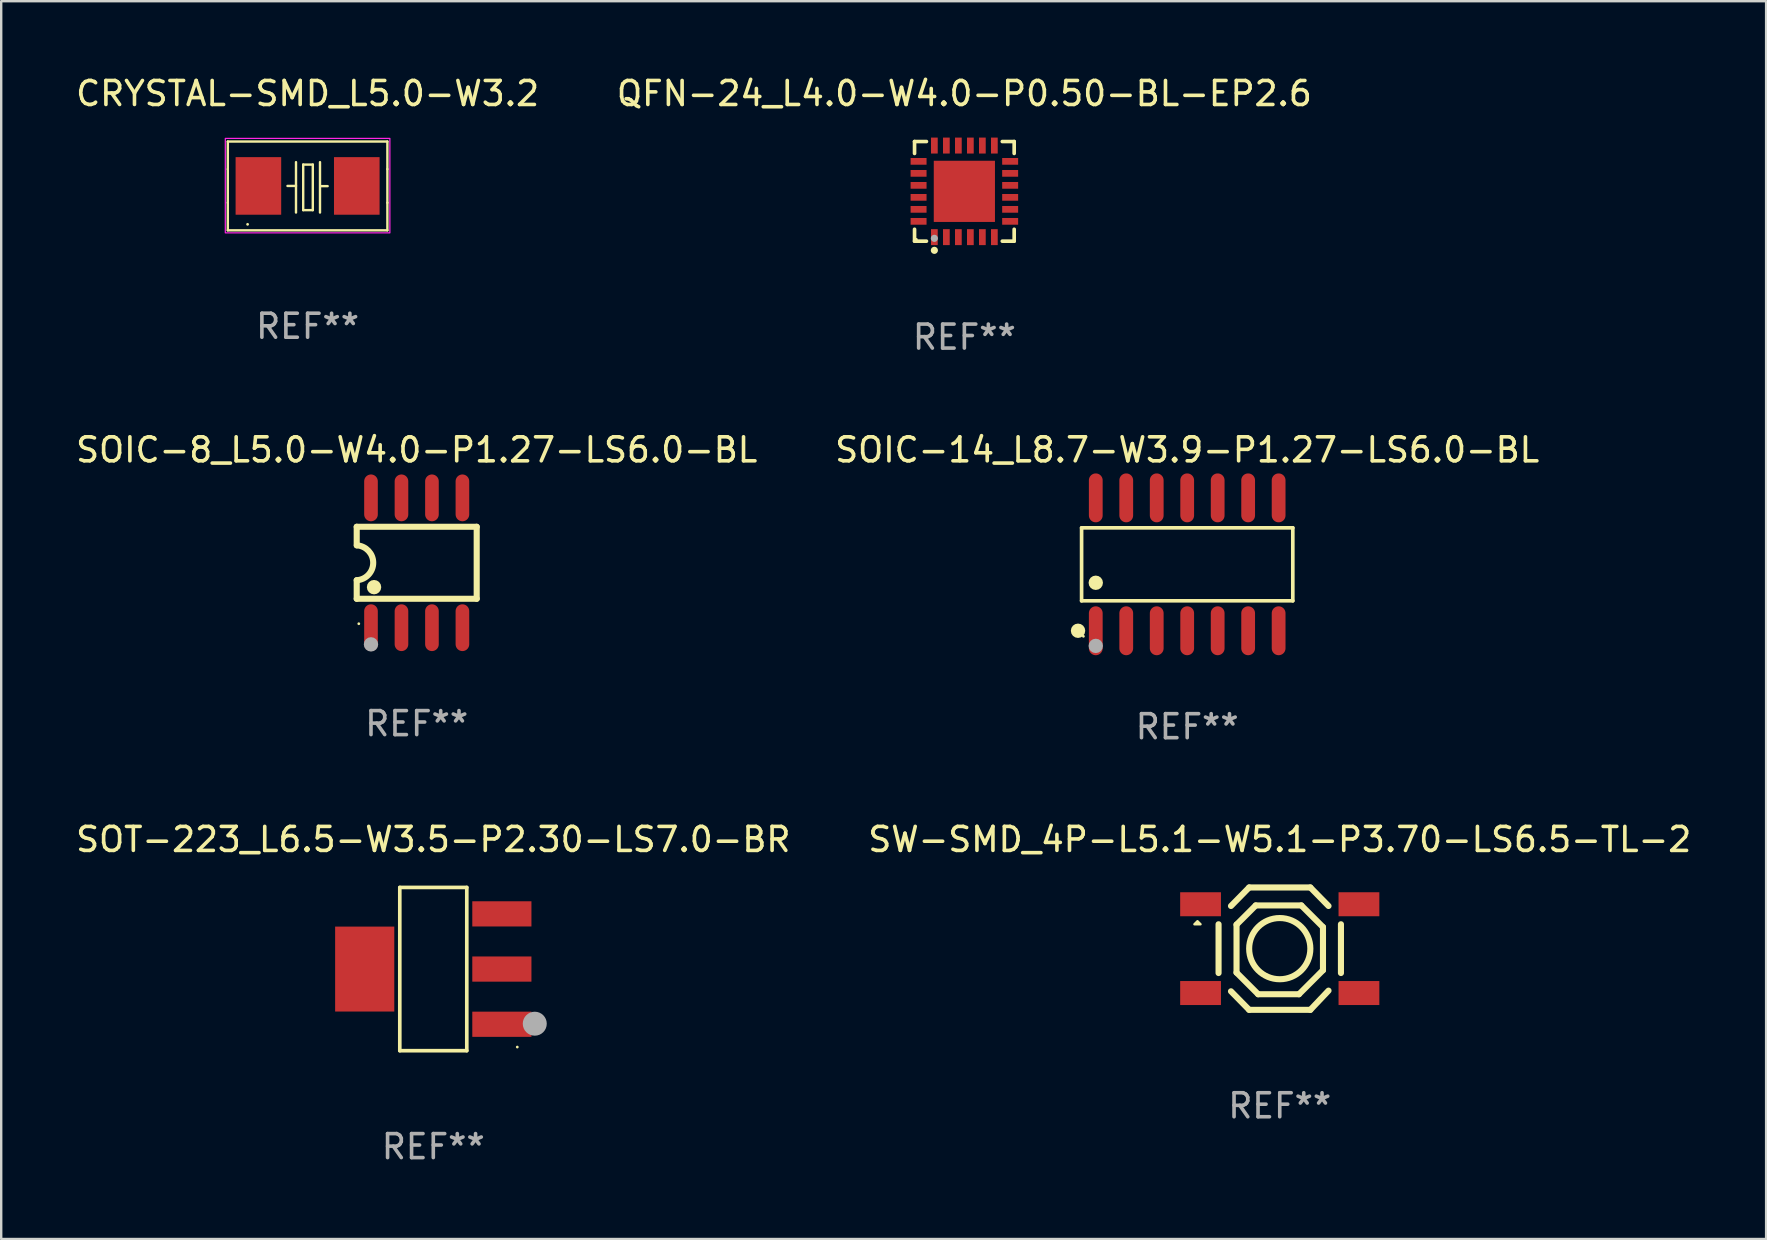
<source format=kicad_pcb>
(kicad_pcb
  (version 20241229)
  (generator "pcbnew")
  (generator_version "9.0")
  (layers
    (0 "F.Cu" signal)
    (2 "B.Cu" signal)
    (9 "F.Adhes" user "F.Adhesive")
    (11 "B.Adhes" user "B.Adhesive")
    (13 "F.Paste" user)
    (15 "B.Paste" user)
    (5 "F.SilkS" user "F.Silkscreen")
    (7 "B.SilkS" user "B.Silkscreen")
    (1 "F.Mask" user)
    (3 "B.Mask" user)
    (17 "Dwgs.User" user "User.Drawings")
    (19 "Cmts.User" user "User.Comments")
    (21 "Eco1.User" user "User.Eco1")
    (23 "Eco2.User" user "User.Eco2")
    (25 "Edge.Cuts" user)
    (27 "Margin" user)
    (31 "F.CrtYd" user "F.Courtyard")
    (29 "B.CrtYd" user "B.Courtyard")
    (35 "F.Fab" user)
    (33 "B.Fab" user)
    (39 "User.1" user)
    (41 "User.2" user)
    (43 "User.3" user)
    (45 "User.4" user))
  (footprint "SOT-223_L6.5-W3.5-P2.30-LS7.0-BR"
    (layer "F.Cu")
    (at 15.006 37.333)
    (property "Reference" "SOT-223_L6.5-W3.5-P2.30-LS7.0-BR" (at 0 -5.401 0) (layer "F.SilkS") (effects (font (size 1 1) (thickness 0.15))))
    (attr smd)
    (fp_line (start -1.396 -3.401) (end 1.396 -3.401) (stroke (width 0.152) (type solid)) (layer "F.SilkS"))
    (fp_line (start -1.396 3.401) (end -1.396 -3.401) (stroke (width 0.152) (type solid)) (layer "F.SilkS"))
    (fp_line (start 1.396 -3.401) (end 1.396 3.401) (stroke (width 0.152) (type solid)) (layer "F.SilkS"))
    (fp_line (start 1.396 3.401) (end -1.396 3.401) (stroke (width 0.152) (type solid)) (layer "F.SilkS"))
    (fp_circle (center 3.5 3.25) (end 3.53 3.25) (stroke (width 0.06) (type solid)) (fill no) (layer "F.SilkS"))
    (fp_circle (center 4.229 2.277) (end 4.479 2.277) (stroke (width 0.5) (type solid)) (fill no) (layer "F.Fab"))
    (fp_text user "REF**" (at 0 7.401 0) (layer "F.Fab") (effects (font (size 1 1) (thickness 0.15))))
    (pad "1" smd rect (at 2.858 2.3) (size 2.465 1.05) (layers "F.Cu" "F.Mask" "F.Paste"))
    (pad "2" smd rect (at 2.858 0) (size 2.465 1.05) (layers "F.Cu" "F.Mask" "F.Paste"))
    (pad "3" smd rect (at 2.858 -2.3) (size 2.465 1.05) (layers "F.Cu" "F.Mask" "F.Paste"))
    (pad "4" smd rect (at -2.858 0) (size 2.465 3.54) (layers "F.Cu" "F.Mask" "F.Paste")))
  (footprint "SW-SMD_4P-L5.1-W5.1-P3.70-LS6.5-TL-2"
    (layer "F.Cu")
    (at 50.28 36.482)
    (property "Reference" "SW-SMD_4P-L5.1-W5.1-P3.70-LS6.5-TL-2" (at 0 -4.55 0) (layer "F.SilkS") (effects (font (size 1 1) (thickness 0.15))))
    (attr smd)
    (fp_line (start -2.55 -1.016) (end -2.55 1.016) (stroke (width 0.254) (type solid)) (layer "F.SilkS"))
    (fp_line (start -2.032 1.778) (end -1.275 2.55) (stroke (width 0.254) (type solid)) (layer "F.SilkS"))
    (fp_line (start -1.801 -1.001) (end -1.001 -1.801) (stroke (width 0.254) (type solid)) (layer "F.SilkS"))
    (fp_line (start -1.801 0.998) (end -1.801 -1.001) (stroke (width 0.254) (type solid)) (layer "F.SilkS"))
    (fp_line (start -1.275 -2.55) (end -2.032 -1.778) (stroke (width 0.254) (type solid)) (layer "F.SilkS"))
    (fp_line (start -1.275 -2.55) (end 1.275 -2.55) (stroke (width 0.254) (type solid)) (layer "F.SilkS"))
    (fp_line (start -1.275 2.55) (end 1.275 2.55) (stroke (width 0.254) (type solid)) (layer "F.SilkS"))
    (fp_line (start -1.001 -1.801) (end 0.899 -1.801) (stroke (width 0.254) (type solid)) (layer "F.SilkS"))
    (fp_line (start -0.899 1.9) (end -1.801 0.998) (stroke (width 0.254) (type solid)) (layer "F.SilkS"))
    (fp_line (start 0.8 1.9) (end -0.899 1.9) (stroke (width 0.254) (type solid)) (layer "F.SilkS"))
    (fp_line (start 0.899 -1.801) (end 1.801 -0.899) (stroke (width 0.254) (type solid)) (layer "F.SilkS"))
    (fp_line (start 1.275 -2.55) (end 2.032 -1.778) (stroke (width 0.254) (type solid)) (layer "F.SilkS"))
    (fp_line (start 1.801 -0.899) (end 1.801 0.899) (stroke (width 0.254) (type solid)) (layer "F.SilkS"))
    (fp_line (start 1.801 0.899) (end 0.8 1.9) (stroke (width 0.254) (type solid)) (layer "F.SilkS"))
    (fp_line (start 2.032 1.75) (end 1.275 2.55) (stroke (width 0.254) (type solid)) (layer "F.SilkS"))
    (fp_line (start 2.55 -1.016) (end 2.55 1.016) (stroke (width 0.254) (type solid)) (layer "F.SilkS"))
    (fp_circle (center 0 0) (end 1.275 0) (stroke (width 0.254) (type solid)) (fill no) (layer "F.SilkS"))
    (fp_poly (pts (xy -3.429 -1.143) (xy -3.556 -1.016) (xy -3.302 -1.016)) (stroke (width 0.1) (type solid)) (fill yes) (layer "F.SilkS"))
    (fp_text user "REF**" (at 0 6.55 0) (layer "F.Fab") (effects (font (size 1 1) (thickness 0.15))))
    (pad "1" smd rect (at -3.3 -1.85) (size 1.7 1) (layers "F.Cu" "F.Mask" "F.Paste"))
    (pad "2" smd rect (at 3.3 -1.85) (size 1.7 1) (layers "F.Cu" "F.Mask" "F.Paste"))
    (pad "3" smd rect (at -3.3 1.85) (size 1.7 1) (layers "F.Cu" "F.Mask" "F.Paste"))
    (pad "4" smd rect (at 3.3 1.85) (size 1.7 1) (layers "F.Cu" "F.Mask" "F.Paste")))
  (footprint "QFN-24_L4.0-W4.0-P0.50-BL-EP2.6"
    (layer "F.Cu")
    (at 37.137 4.924)
    (property "Reference" "QFN-24_L4.0-W4.0-P0.50-BL-EP2.6" (at 0 -4.076 0) (layer "F.SilkS") (effects (font (size 1 1) (thickness 0.15))))
    (attr smd)
    (fp_line (start -2.076 -2.076) (end -1.58 -2.076) (stroke (width 0.152) (type solid)) (layer "F.SilkS"))
    (fp_line (start -2.076 -1.58) (end -2.076 -2.076) (stroke (width 0.152) (type solid)) (layer "F.SilkS"))
    (fp_line (start -2.076 1.58) (end -2.076 2.076) (stroke (width 0.152) (type solid)) (layer "F.SilkS"))
    (fp_line (start -2.076 2.076) (end -1.58 2.076) (stroke (width 0.152) (type solid)) (layer "F.SilkS"))
    (fp_line (start 2.076 -2.076) (end 1.58 -2.076) (stroke (width 0.152) (type solid)) (layer "F.SilkS"))
    (fp_line (start 2.076 -1.58) (end 2.076 -2.076) (stroke (width 0.152) (type solid)) (layer "F.SilkS"))
    (fp_line (start 2.076 1.58) (end 2.076 2.076) (stroke (width 0.152) (type solid)) (layer "F.SilkS"))
    (fp_line (start 2.076 2.076) (end 1.58 2.076) (stroke (width 0.152) (type solid)) (layer "F.SilkS"))
    (fp_circle (center -2 2) (end -1.97 2) (stroke (width 0.06) (type solid)) (fill no) (layer "F.SilkS"))
    (fp_circle (center -1.25 2.458) (end -1.175 2.458) (stroke (width 0.15) (type solid)) (fill no) (layer "F.SilkS"))
    (fp_circle (center -1.25 1.958) (end -1.175 1.958) (stroke (width 0.15) (type solid)) (fill no) (layer "F.Fab"))
    (fp_text user "REF**" (at 0 6.076 0) (layer "F.Fab") (effects (font (size 1 1) (thickness 0.15))))
    (pad "1" smd rect (at -1.25 1.908) (size 0.28 0.665) (layers "F.Cu" "F.Mask" "F.Paste"))
    (pad "2" smd rect (at -0.75 1.908) (size 0.28 0.665) (layers "F.Cu" "F.Mask" "F.Paste"))
    (pad "3" smd rect (at -0.25 1.908) (size 0.28 0.665) (layers "F.Cu" "F.Mask" "F.Paste"))
    (pad "4" smd rect (at 0.25 1.908) (size 0.28 0.665) (layers "F.Cu" "F.Mask" "F.Paste"))
    (pad "5" smd rect (at 0.75 1.908) (size 0.28 0.665) (layers "F.Cu" "F.Mask" "F.Paste"))
    (pad "6" smd rect (at 1.25 1.908) (size 0.28 0.665) (layers "F.Cu" "F.Mask" "F.Paste"))
    (pad "7" smd rect (at 1.908 1.25) (size 0.665 0.28) (layers "F.Cu" "F.Mask" "F.Paste"))
    (pad "8" smd rect (at 1.908 0.75) (size 0.665 0.28) (layers "F.Cu" "F.Mask" "F.Paste"))
    (pad "9" smd rect (at 1.908 0.25) (size 0.665 0.28) (layers "F.Cu" "F.Mask" "F.Paste"))
    (pad "10" smd rect (at 1.908 -0.25) (size 0.665 0.28) (layers "F.Cu" "F.Mask" "F.Paste"))
    (pad "11" smd rect (at 1.908 -0.75) (size 0.665 0.28) (layers "F.Cu" "F.Mask" "F.Paste"))
    (pad "12" smd rect (at 1.908 -1.25) (size 0.665 0.28) (layers "F.Cu" "F.Mask" "F.Paste"))
    (pad "13" smd rect (at 1.25 -1.908) (size 0.28 0.665) (layers "F.Cu" "F.Mask" "F.Paste"))
    (pad "14" smd rect (at 0.75 -1.908) (size 0.28 0.665) (layers "F.Cu" "F.Mask" "F.Paste"))
    (pad "15" smd rect (at 0.25 -1.908) (size 0.28 0.665) (layers "F.Cu" "F.Mask" "F.Paste"))
    (pad "16" smd rect (at -0.25 -1.908) (size 0.28 0.665) (layers "F.Cu" "F.Mask" "F.Paste"))
    (pad "17" smd rect (at -0.75 -1.908) (size 0.28 0.665) (layers "F.Cu" "F.Mask" "F.Paste"))
    (pad "18" smd rect (at -1.25 -1.908) (size 0.28 0.665) (layers "F.Cu" "F.Mask" "F.Paste"))
    (pad "19" smd rect (at -1.908 -1.25) (size 0.665 0.28) (layers "F.Cu" "F.Mask" "F.Paste"))
    (pad "20" smd rect (at -1.908 -0.75) (size 0.665 0.28) (layers "F.Cu" "F.Mask" "F.Paste"))
    (pad "21" smd rect (at -1.908 -0.25) (size 0.665 0.28) (layers "F.Cu" "F.Mask" "F.Paste"))
    (pad "22" smd rect (at -1.908 0.25) (size 0.665 0.28) (layers "F.Cu" "F.Mask" "F.Paste"))
    (pad "23" smd rect (at -1.908 0.75) (size 0.665 0.28) (layers "F.Cu" "F.Mask" "F.Paste"))
    (pad "24" smd rect (at -1.908 1.25) (size 0.665 0.28) (layers "F.Cu" "F.Mask" "F.Paste"))
    (pad "25" smd rect (at 0 0) (size 2.55 2.55) (layers "F.Cu" "F.Mask" "F.Paste")))
  (footprint "SOIC-14_L8.7-W3.9-P1.27-LS6.0-BL"
    (layer "F.Cu")
    (at 46.423 20.466)
    (property "Reference" "SOIC-14_L8.7-W3.9-P1.27-LS6.0-BL" (at 0 -4.769 0) (layer "F.SilkS") (effects (font (size 1 1) (thickness 0.15))))
    (attr smd)
    (fp_line (start -4.401 -1.521) (end 4.401 -1.521) (stroke (width 0.152) (type solid)) (layer "F.SilkS"))
    (fp_line (start -4.401 1.521) (end -4.401 -1.521) (stroke (width 0.152) (type solid)) (layer "F.SilkS"))
    (fp_line (start 4.401 -1.521) (end 4.401 1.521) (stroke (width 0.152) (type solid)) (layer "F.SilkS"))
    (fp_line (start 4.401 1.521) (end -4.401 1.521) (stroke (width 0.152) (type solid)) (layer "F.SilkS"))
    (fp_circle (center -4.549 2.769) (end -4.399 2.769) (stroke (width 0.3) (type solid)) (fill no) (layer "F.SilkS"))
    (fp_circle (center -4.325 3) (end -4.295 3) (stroke (width 0.06) (type solid)) (fill no) (layer "F.SilkS"))
    (fp_circle (center -3.81 0.769) (end -3.66 0.769) (stroke (width 0.3) (type solid)) (fill no) (layer "F.SilkS"))
    (fp_circle (center -3.81 3.4) (end -3.66 3.4) (stroke (width 0.3) (type solid)) (fill no) (layer "F.Fab"))
    (fp_text user "REF**" (at 0 6.769 0) (layer "F.Fab") (effects (font (size 1 1) (thickness 0.15))))
    (pad "1" smd oval (at -3.81 2.769) (size 0.574 2.038) (layers "F.Cu" "F.Mask" "F.Paste"))
    (pad "2" smd oval (at -2.54 2.769) (size 0.574 2.038) (layers "F.Cu" "F.Mask" "F.Paste"))
    (pad "3" smd oval (at -1.27 2.769) (size 0.574 2.038) (layers "F.Cu" "F.Mask" "F.Paste"))
    (pad "4" smd oval (at 0 2.769) (size 0.574 2.038) (layers "F.Cu" "F.Mask" "F.Paste"))
    (pad "5" smd oval (at 1.27 2.769) (size 0.574 2.038) (layers "F.Cu" "F.Mask" "F.Paste"))
    (pad "6" smd oval (at 2.54 2.769) (size 0.574 2.038) (layers "F.Cu" "F.Mask" "F.Paste"))
    (pad "7" smd oval (at 3.81 2.769) (size 0.574 2.038) (layers "F.Cu" "F.Mask" "F.Paste"))
    (pad "8" smd oval (at 3.81 -2.769) (size 0.574 2.038) (layers "F.Cu" "F.Mask" "F.Paste"))
    (pad "9" smd oval (at 2.54 -2.769) (size 0.574 2.038) (layers "F.Cu" "F.Mask" "F.Paste"))
    (pad "10" smd oval (at 1.27 -2.769) (size 0.574 2.038) (layers "F.Cu" "F.Mask" "F.Paste"))
    (pad "11" smd oval (at 0 -2.769) (size 0.574 2.038) (layers "F.Cu" "F.Mask" "F.Paste"))
    (pad "12" smd oval (at -1.27 -2.769) (size 0.574 2.038) (layers "F.Cu" "F.Mask" "F.Paste"))
    (pad "13" smd oval (at -2.54 -2.769) (size 0.574 2.038) (layers "F.Cu" "F.Mask" "F.Paste"))
    (pad "14" smd oval (at -3.81 -2.769) (size 0.574 2.038) (layers "F.Cu" "F.Mask" "F.Paste")))
  (footprint "CRYSTAL-SMD_L5.0-W3.2"
    (layer "F.Cu")
    (at 9.768 4.698)
    (property "Reference" "CRYSTAL-SMD_L5.0-W3.2" (at 0.000013 -3.85 0) (layer "F.SilkS") (effects (font (size 1 1) (thickness 0.15))))
    (attr smd)
    (fp_line (start -3.325 0.7) (end -3.325 -0.7) (stroke (width 0.1) (type solid)) (layer "F.SilkS"))
    (fp_line (start -3.325 -1.85) (end 3.325 -1.85) (stroke (width 0.1) (type solid)) (layer "F.SilkS"))
    (fp_line (start -3.325 -0.7) (end -3.325 -1.85) (stroke (width 0.1) (type solid)) (layer "F.SilkS"))
    (fp_line (start -3.325 1.85) (end -3.325 0.7) (stroke (width 0.1) (type solid)) (layer "F.SilkS"))
    (fp_line (start -0.838 0) (end -0.483 0) (stroke (width 0.1) (type solid)) (layer "F.SilkS"))
    (fp_line (start -0.483 -0.991) (end -0.483 1.109) (stroke (width 0.1) (type solid)) (layer "F.SilkS"))
    (fp_line (start -0.183 -0.89) (end -0.183 1.009) (stroke (width 0.1) (type solid)) (layer "F.SilkS"))
    (fp_line (start -0.183 1.009) (end 0.217 1.009) (stroke (width 0.1) (type solid)) (layer "F.SilkS"))
    (fp_line (start 0.217 -0.89) (end -0.183 -0.89) (stroke (width 0.1) (type solid)) (layer "F.SilkS"))
    (fp_line (start 0.217 1.009) (end 0.217 -0.89) (stroke (width 0.1) (type solid)) (layer "F.SilkS"))
    (fp_line (start 0.517 -0.991) (end 0.517 1.109) (stroke (width 0.1) (type solid)) (layer "F.SilkS"))
    (fp_line (start 0.536 0.009) (end 0.836 0.009) (stroke (width 0.1) (type solid)) (layer "F.SilkS"))
    (fp_line (start 3.325 -1.85) (end 3.325 -0.7) (stroke (width 0.1) (type solid)) (layer "F.SilkS"))
    (fp_line (start 3.325 0.7) (end 3.325 1.85) (stroke (width 0.1) (type solid)) (layer "F.SilkS"))
    (fp_line (start 3.325 1.85) (end -3.325 1.85) (stroke (width 0.1) (type solid)) (layer "F.SilkS"))
    (fp_line (start 3.325 -0.7) (end 3.325 0.7) (stroke (width 0.1) (type solid)) (layer "F.SilkS"))
    (fp_circle (center -2.5 1.6) (end -2.47 1.6) (stroke (width 0.06) (type solid)) (fill no) (layer "F.SilkS"))
    (fp_rect (start -3.429 -1.981) (end 3.429 1.956) (stroke (width 0.05) (type default)) (fill no) (layer "F.CrtYd"))
    (fp_text user "REF**" (at 0.000013 5.85 0) (layer "F.Fab") (effects (font (size 1 1) (thickness 0.15))))
    (pad "1" smd rect (at -2.05 -0.000076) (size 1.9 2.4) (layers "F.Cu" "F.Mask" "F.Paste"))
    (pad "2" smd rect (at 2.05 -0.000076) (size 1.9 2.4) (layers "F.Cu" "F.Mask" "F.Paste")))
  (footprint "SOIC-8_L5.0-W4.0-P1.27-LS6.0-BL"
    (layer "F.Cu")
    (at 14.315 20.402)
    (property "Reference" "SOIC-8_L5.0-W4.0-P1.27-LS6.0-BL" (at 0 -4.705 0) (layer "F.SilkS") (effects (font (size 1 1) (thickness 0.15))))
    (attr smd)
    (fp_line (start -2.5 -1.5) (end -2.5 -0.726) (stroke (width 0.254) (type solid)) (layer "F.SilkS"))
    (fp_line (start -2.5 -1.5) (end 2.5 -1.5) (stroke (width 0.254) (type solid)) (layer "F.SilkS"))
    (fp_line (start -2.5 1.5) (end -2.5 0.727) (stroke (width 0.254) (type solid)) (layer "F.SilkS"))
    (fp_line (start -2.5 1.5) (end 2.5 1.5) (stroke (width 0.254) (type solid)) (layer "F.SilkS"))
    (fp_line (start 2.5 -1.5) (end 2.5 1.5) (stroke (width 0.254) (type solid)) (layer "F.SilkS"))
    (fp_arc (start -2.495098 -0.726289) (mid -1.812145 0.002452) (end -2.499999 0.726568) (stroke (width 0.254001) (type solid)) (layer "F.SilkS"))
    (fp_circle (center -2.413 2.54) (end -2.383 2.54) (stroke (width 0.06) (type solid)) (fill no) (layer "F.SilkS"))
    (fp_circle (center -1.778 1.016) (end -1.628 1.016) (stroke (width 0.3) (type solid)) (fill no) (layer "F.SilkS"))
    (fp_circle (center -1.905 3.4) (end -1.755 3.4) (stroke (width 0.3) (type solid)) (fill no) (layer "F.Fab"))
    (fp_text user "REF**" (at 0 6.705 0) (layer "F.Fab") (effects (font (size 1 1) (thickness 0.15))))
    (pad "1" smd oval (at -1.905 2.705) (size 0.568 1.95) (layers "F.Cu" "F.Mask" "F.Paste"))
    (pad "2" smd oval (at -0.635 2.705) (size 0.568 1.95) (layers "F.Cu" "F.Mask" "F.Paste"))
    (pad "3" smd oval (at 0.635 2.705) (size 0.568 1.95) (layers "F.Cu" "F.Mask" "F.Paste"))
    (pad "4" smd oval (at 1.905 2.705) (size 0.568 1.95) (layers "F.Cu" "F.Mask" "F.Paste"))
    (pad "5" smd oval (at 1.905 -2.705) (size 0.568 1.95) (layers "F.Cu" "F.Mask" "F.Paste"))
    (pad "6" smd oval (at 0.635 -2.705) (size 0.568 1.95) (layers "F.Cu" "F.Mask" "F.Paste"))
    (pad "7" smd oval (at -0.635 -2.705) (size 0.568 1.95) (layers "F.Cu" "F.Mask" "F.Paste"))
    (pad "8" smd oval (at -1.905 -2.705) (size 0.568 1.95) (layers "F.Cu" "F.Mask" "F.Paste")))
  (gr_rect
    (start -3 -3)
    (end 70.548 48.583)
    (stroke (width 0.1) (type default))
    (fill no)
    (layer "Edge.Cuts")))
</source>
